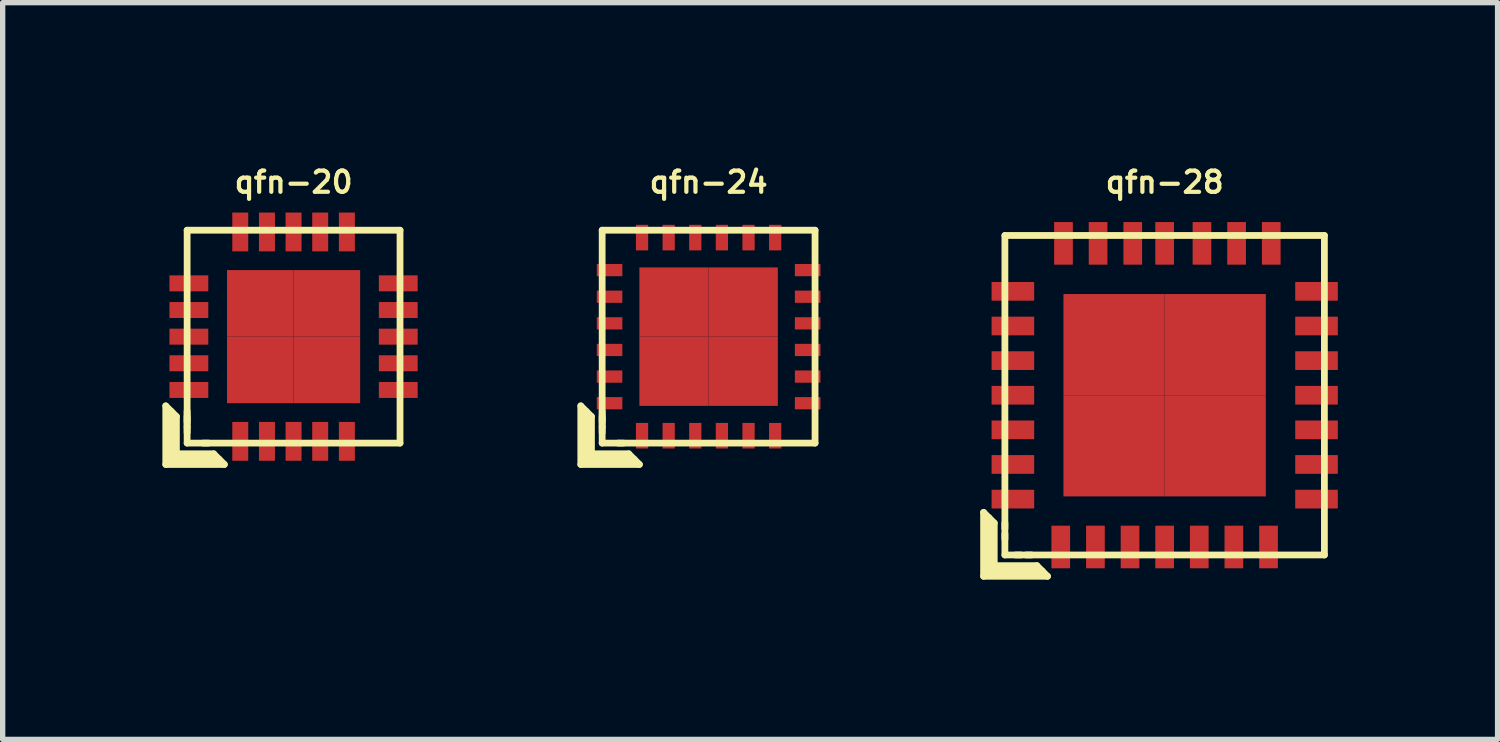
<source format=kicad_pcb>
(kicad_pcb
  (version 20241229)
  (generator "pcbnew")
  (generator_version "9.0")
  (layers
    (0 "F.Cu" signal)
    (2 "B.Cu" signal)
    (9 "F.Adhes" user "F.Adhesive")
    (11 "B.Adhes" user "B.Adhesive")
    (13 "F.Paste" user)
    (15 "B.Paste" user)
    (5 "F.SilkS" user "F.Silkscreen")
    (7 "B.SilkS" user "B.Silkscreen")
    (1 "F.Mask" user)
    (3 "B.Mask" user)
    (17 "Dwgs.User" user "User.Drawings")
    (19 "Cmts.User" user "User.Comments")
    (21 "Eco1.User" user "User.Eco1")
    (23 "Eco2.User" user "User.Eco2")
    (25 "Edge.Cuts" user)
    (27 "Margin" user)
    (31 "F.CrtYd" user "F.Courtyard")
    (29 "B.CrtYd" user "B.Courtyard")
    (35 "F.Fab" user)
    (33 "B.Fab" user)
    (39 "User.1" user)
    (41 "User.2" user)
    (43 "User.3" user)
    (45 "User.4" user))
  (footprint "qfn-28"
    (layer "F.Cu")
    (at 18.821 4.372)
    (property "Reference" "qfn-28" (at 0 -4 0) (layer "F.SilkS") (effects (font (size 0.399 0.399) (thickness 0.079))))
    (attr smd)
    (fp_line (start -3.4 2.2) (end -3.2 2.4) (stroke (width 0.127) (type solid)) (layer "F.SilkS"))
    (fp_line (start -3.4 3.4) (end -3.4 2.2) (stroke (width 0.127) (type solid)) (layer "F.SilkS"))
    (fp_line (start -3.3 2.3) (end -3.3 3.3) (stroke (width 0.127) (type solid)) (layer "F.SilkS"))
    (fp_line (start -3.3 3.3) (end -2.3 3.3) (stroke (width 0.127) (type solid)) (layer "F.SilkS"))
    (fp_line (start -3.2 2.4) (end -3.2 3.2) (stroke (width 0.127) (type solid)) (layer "F.SilkS"))
    (fp_line (start -3.2 3.2) (end -2.4 3.2) (stroke (width 0.127) (type solid)) (layer "F.SilkS"))
    (fp_line (start -3 -3) (end 3 -3) (stroke (width 0.127) (type solid)) (layer "F.SilkS"))
    (fp_line (start -3 2.4) (end -3 2.499) (stroke (width 0.127) (type solid)) (layer "F.SilkS"))
    (fp_line (start -3 2.601) (end -3 2.7) (stroke (width 0.127) (type solid)) (layer "F.SilkS"))
    (fp_line (start -3 3) (end -3 -3) (stroke (width 0.127) (type solid)) (layer "F.SilkS"))
    (fp_line (start -2.7 3) (end -2.799 3) (stroke (width 0.127) (type solid)) (layer "F.SilkS"))
    (fp_line (start -2.499 3) (end -2.601 3) (stroke (width 0.127) (type solid)) (layer "F.SilkS"))
    (fp_line (start -2.4 3.2) (end -2.2 3.4) (stroke (width 0.127) (type solid)) (layer "F.SilkS"))
    (fp_line (start -2.2 3.4) (end -3.4 3.4) (stroke (width 0.127) (type solid)) (layer "F.SilkS"))
    (fp_line (start 3 -3) (end 3 3) (stroke (width 0.127) (type solid)) (layer "F.SilkS"))
    (fp_line (start 3 3) (end -3 3) (stroke (width 0.127) (type solid)) (layer "F.SilkS"))
    (pad "1" smd rect (at -1.951 2.85) (size 0.351 0.8) (layers "F.Cu" "F.Mask" "F.Paste"))
    (pad "2" smd rect (at -1.3 2.85) (size 0.351 0.8) (layers "F.Cu" "F.Mask" "F.Paste"))
    (pad "3" smd rect (at -0.65 2.85) (size 0.351 0.8) (layers "F.Cu" "F.Mask" "F.Paste"))
    (pad "4" smd rect (at 0 2.85) (size 0.351 0.8) (layers "F.Cu" "F.Mask" "F.Paste"))
    (pad "5" smd rect (at 0.65 2.85) (size 0.351 0.8) (layers "F.Cu" "F.Mask" "F.Paste"))
    (pad "6" smd rect (at 1.3 2.85) (size 0.351 0.8) (layers "F.Cu" "F.Mask" "F.Paste"))
    (pad "7" smd rect (at 1.951 2.85) (size 0.351 0.8) (layers "F.Cu" "F.Mask" "F.Paste"))
    (pad "8" smd rect (at 2.852 1.951) (size 0.8 0.351) (layers "F.Cu" "F.Mask" "F.Paste"))
    (pad "9" smd rect (at 2.852 1.3) (size 0.8 0.351) (layers "F.Cu" "F.Mask" "F.Paste"))
    (pad "10" smd rect (at 2.852 0.65) (size 0.8 0.351) (layers "F.Cu" "F.Mask" "F.Paste"))
    (pad "11" smd rect (at 2.852 0) (size 0.8 0.351) (layers "F.Cu" "F.Mask" "F.Paste"))
    (pad "12" smd rect (at 2.852 -0.65) (size 0.8 0.351) (layers "F.Cu" "F.Mask" "F.Paste"))
    (pad "13" smd rect (at 2.852 -1.3) (size 0.8 0.351) (layers "F.Cu" "F.Mask" "F.Paste"))
    (pad "14" smd rect (at 2.852 -1.951) (size 0.8 0.351) (layers "F.Cu" "F.Mask" "F.Paste"))
    (pad "15" smd rect (at 2.002 -2.852) (size 0.351 0.8) (layers "F.Cu" "F.Mask" "F.Paste"))
    (pad "16" smd rect (at 1.351 -2.852) (size 0.351 0.8) (layers "F.Cu" "F.Mask" "F.Paste"))
    (pad "17" smd rect (at 0.701 -2.852) (size 0.351 0.8) (layers "F.Cu" "F.Mask" "F.Paste"))
    (pad "18" smd rect (at 0 -2.852) (size 0.351 0.8) (layers "F.Cu" "F.Mask" "F.Paste"))
    (pad "19" smd rect (at -0.599 -2.852) (size 0.351 0.8) (layers "F.Cu" "F.Mask" "F.Paste"))
    (pad "20" smd rect (at -1.25 -2.852) (size 0.351 0.8) (layers "F.Cu" "F.Mask" "F.Paste"))
    (pad "21" smd rect (at -1.9 -2.852) (size 0.351 0.8) (layers "F.Cu" "F.Mask" "F.Paste"))
    (pad "22" smd rect (at -2.85 -1.951) (size 0.8 0.351) (layers "F.Cu" "F.Mask" "F.Paste"))
    (pad "23" smd rect (at -2.85 -1.3) (size 0.8 0.351) (layers "F.Cu" "F.Mask" "F.Paste"))
    (pad "24" smd rect (at -2.85 -0.65) (size 0.8 0.351) (layers "F.Cu" "F.Mask" "F.Paste"))
    (pad "25" smd rect (at -2.85 0) (size 0.8 0.351) (layers "F.Cu" "F.Mask" "F.Paste"))
    (pad "26" smd rect (at -2.85 0.65) (size 0.8 0.351) (layers "F.Cu" "F.Mask" "F.Paste"))
    (pad "27" smd rect (at -2.85 1.3) (size 0.8 0.351) (layers "F.Cu" "F.Mask" "F.Paste"))
    (pad "28" smd rect (at -2.85 1.951) (size 0.8 0.351) (layers "F.Cu" "F.Mask" "F.Paste"))
    (pad "29" smd rect (at -0.95 -0.95) (size 1.9 1.9) (layers "F.Cu" "F.Mask" "F.Paste"))
    (pad "29" smd rect (at -0.95 0.95) (size 1.9 1.9) (layers "F.Cu" "F.Mask" "F.Paste"))
    (pad "29" smd rect (at 0.95 -0.95) (size 1.9 1.9) (layers "F.Cu" "F.Mask" "F.Paste"))
    (pad "29" smd rect (at 0.95 0.95) (size 1.9 1.9) (layers "F.Cu" "F.Mask" "F.Paste")))
  (footprint "qfn-20"
    (layer "F.Cu")
    (at 2.463 3.272)
    (property "Reference" "qfn-20" (at 0 -2.901 0) (layer "F.SilkS") (effects (font (size 0.399 0.399) (thickness 0.079))))
    (attr smd)
    (fp_line (start -2.4 1.3) (end -2.2 1.5) (stroke (width 0.127) (type solid)) (layer "F.SilkS"))
    (fp_line (start -2.4 2.4) (end -2.4 1.3) (stroke (width 0.127) (type solid)) (layer "F.SilkS"))
    (fp_line (start -2.3 1.4) (end -2.3 2.3) (stroke (width 0.127) (type solid)) (layer "F.SilkS"))
    (fp_line (start -2.3 2.3) (end -1.4 2.3) (stroke (width 0.127) (type solid)) (layer "F.SilkS"))
    (fp_line (start -2.2 1.5) (end -2.2 2.2) (stroke (width 0.127) (type solid)) (layer "F.SilkS"))
    (fp_line (start -2.2 2.2) (end -1.5 2.2) (stroke (width 0.127) (type solid)) (layer "F.SilkS"))
    (fp_line (start -1.999 -1.999) (end 1.999 -1.999) (stroke (width 0.127) (type solid)) (layer "F.SilkS"))
    (fp_line (start -1.999 1.4) (end -1.999 1.6) (stroke (width 0.127) (type solid)) (layer "F.SilkS"))
    (fp_line (start -1.999 1.501) (end -1.999 1.699) (stroke (width 0.127) (type solid)) (layer "F.SilkS"))
    (fp_line (start -1.999 1.699) (end -1.999 1.801) (stroke (width 0.127) (type solid)) (layer "F.SilkS"))
    (fp_line (start -1.999 1.999) (end -1.999 -1.999) (stroke (width 0.127) (type solid)) (layer "F.SilkS"))
    (fp_line (start -1.6 1.999) (end -1.699 1.999) (stroke (width 0.127) (type solid)) (layer "F.SilkS"))
    (fp_line (start -1.5 2.2) (end -1.3 2.4) (stroke (width 0.127) (type solid)) (layer "F.SilkS"))
    (fp_line (start -1.3 2.4) (end -2.4 2.4) (stroke (width 0.127) (type solid)) (layer "F.SilkS"))
    (fp_line (start 1.999 -1.999) (end 1.999 1.999) (stroke (width 0.127) (type solid)) (layer "F.SilkS"))
    (fp_line (start 1.999 1.999) (end -1.999 1.999) (stroke (width 0.127) (type solid)) (layer "F.SilkS"))
    (pad "1" smd rect (at -1.001 1.966) (size 0.3 0.729) (layers "F.Cu" "F.Mask" "F.Paste"))
    (pad "2" smd rect (at -0.5 1.966) (size 0.3 0.729) (layers "F.Cu" "F.Mask" "F.Paste"))
    (pad "3" smd rect (at 0 1.966) (size 0.3 0.729) (layers "F.Cu" "F.Mask" "F.Paste"))
    (pad "4" smd rect (at 0.5 1.966) (size 0.3 0.729) (layers "F.Cu" "F.Mask" "F.Paste"))
    (pad "5" smd rect (at 1.001 1.966) (size 0.3 0.729) (layers "F.Cu" "F.Mask" "F.Paste"))
    (pad "6" smd rect (at 1.966 1.001) (size 0.729 0.3) (layers "F.Cu" "F.Mask" "F.Paste"))
    (pad "7" smd rect (at 1.966 0.5) (size 0.729 0.3) (layers "F.Cu" "F.Mask" "F.Paste"))
    (pad "8" smd rect (at 1.966 0) (size 0.729 0.3) (layers "F.Cu" "F.Mask" "F.Paste"))
    (pad "9" smd rect (at 1.966 -0.5) (size 0.729 0.3) (layers "F.Cu" "F.Mask" "F.Paste"))
    (pad "10" smd rect (at 1.966 -1.001) (size 0.729 0.3) (layers "F.Cu" "F.Mask" "F.Paste"))
    (pad "11" smd rect (at 1.001 -1.966) (size 0.3 0.729) (layers "F.Cu" "F.Mask" "F.Paste"))
    (pad "12" smd rect (at 0.5 -1.966) (size 0.3 0.729) (layers "F.Cu" "F.Mask" "F.Paste"))
    (pad "13" smd rect (at 0 -1.966) (size 0.3 0.729) (layers "F.Cu" "F.Mask" "F.Paste"))
    (pad "14" smd rect (at -0.5 -1.966) (size 0.3 0.729) (layers "F.Cu" "F.Mask" "F.Paste"))
    (pad "15" smd rect (at -1.001 -1.966) (size 0.3 0.729) (layers "F.Cu" "F.Mask" "F.Paste"))
    (pad "16" smd rect (at -1.966 -1.001) (size 0.729 0.3) (layers "F.Cu" "F.Mask" "F.Paste"))
    (pad "17" smd rect (at -1.966 -0.5) (size 0.729 0.3) (layers "F.Cu" "F.Mask" "F.Paste"))
    (pad "18" smd rect (at -1.966 0) (size 0.729 0.3) (layers "F.Cu" "F.Mask" "F.Paste"))
    (pad "19" smd rect (at -1.966 0.5) (size 0.729 0.3) (layers "F.Cu" "F.Mask" "F.Paste"))
    (pad "20" smd rect (at -1.966 1.001) (size 0.729 0.3) (layers "F.Cu" "F.Mask" "F.Paste"))
    (pad "21" smd rect (at -0.625 -0.625) (size 1.25 1.25) (layers "F.Cu" "F.Mask" "F.Paste"))
    (pad "21" smd rect (at -0.625 0.625) (size 1.25 1.25) (layers "F.Cu" "F.Mask" "F.Paste"))
    (pad "21" smd rect (at 0.625 -0.625) (size 1.25 1.25) (layers "F.Cu" "F.Mask" "F.Paste"))
    (pad "21" smd rect (at 0.625 0.625) (size 1.25 1.25) (layers "F.Cu" "F.Mask" "F.Paste")))
  (footprint "qfn-24"
    (layer "F.Cu")
    (at 10.257 3.272)
    (property "Reference" "qfn-24" (at 0 -2.901 0) (layer "F.SilkS") (effects (font (size 0.399 0.399) (thickness 0.079))))
    (attr smd)
    (fp_line (start -2.4 1.3) (end -2.2 1.5) (stroke (width 0.127) (type solid)) (layer "F.SilkS"))
    (fp_line (start -2.4 2.4) (end -2.4 1.3) (stroke (width 0.127) (type solid)) (layer "F.SilkS"))
    (fp_line (start -2.3 1.4) (end -2.3 2.3) (stroke (width 0.127) (type solid)) (layer "F.SilkS"))
    (fp_line (start -2.3 2.3) (end -1.4 2.3) (stroke (width 0.127) (type solid)) (layer "F.SilkS"))
    (fp_line (start -2.2 1.5) (end -2.2 2.2) (stroke (width 0.127) (type solid)) (layer "F.SilkS"))
    (fp_line (start -2.2 2.2) (end -1.5 2.2) (stroke (width 0.127) (type solid)) (layer "F.SilkS"))
    (fp_line (start -1.999 -1.999) (end 1.999 -1.999) (stroke (width 0.127) (type solid)) (layer "F.SilkS"))
    (fp_line (start -1.999 1.4) (end -1.999 1.6) (stroke (width 0.127) (type solid)) (layer "F.SilkS"))
    (fp_line (start -1.999 1.501) (end -1.999 1.699) (stroke (width 0.127) (type solid)) (layer "F.SilkS"))
    (fp_line (start -1.999 1.699) (end -1.999 1.801) (stroke (width 0.127) (type solid)) (layer "F.SilkS"))
    (fp_line (start -1.999 1.999) (end -1.999 -1.999) (stroke (width 0.127) (type solid)) (layer "F.SilkS"))
    (fp_line (start -1.6 1.999) (end -1.699 1.999) (stroke (width 0.127) (type solid)) (layer "F.SilkS"))
    (fp_line (start -1.5 2.2) (end -1.3 2.4) (stroke (width 0.127) (type solid)) (layer "F.SilkS"))
    (fp_line (start -1.3 2.4) (end -2.4 2.4) (stroke (width 0.127) (type solid)) (layer "F.SilkS"))
    (fp_line (start 1.999 -1.999) (end 1.999 1.999) (stroke (width 0.127) (type solid)) (layer "F.SilkS"))
    (fp_line (start 1.999 1.999) (end -1.999 1.999) (stroke (width 0.127) (type solid)) (layer "F.SilkS"))
    (pad "1" smd rect (at -1.25 1.86) (size 0.23 0.48) (layers "F.Cu" "F.Mask" "F.Paste"))
    (pad "2" smd rect (at -0.75 1.86) (size 0.23 0.48) (layers "F.Cu" "F.Mask" "F.Paste"))
    (pad "3" smd rect (at -0.25 1.86) (size 0.23 0.48) (layers "F.Cu" "F.Mask" "F.Paste"))
    (pad "4" smd rect (at 0.25 1.86) (size 0.23 0.48) (layers "F.Cu" "F.Mask" "F.Paste"))
    (pad "5" smd rect (at 0.75 1.86) (size 0.23 0.48) (layers "F.Cu" "F.Mask" "F.Paste"))
    (pad "6" smd rect (at 1.25 1.86) (size 0.23 0.48) (layers "F.Cu" "F.Mask" "F.Paste"))
    (pad "7" smd rect (at 1.86 1.25) (size 0.48 0.23) (layers "F.Cu" "F.Mask" "F.Paste"))
    (pad "8" smd rect (at 1.86 0.75) (size 0.48 0.23) (layers "F.Cu" "F.Mask" "F.Paste"))
    (pad "9" smd rect (at 1.86 0.25) (size 0.48 0.23) (layers "F.Cu" "F.Mask" "F.Paste"))
    (pad "10" smd rect (at 1.86 -0.25) (size 0.48 0.23) (layers "F.Cu" "F.Mask" "F.Paste"))
    (pad "11" smd rect (at 1.86 -0.75) (size 0.48 0.23) (layers "F.Cu" "F.Mask" "F.Paste"))
    (pad "12" smd rect (at 1.86 -1.25) (size 0.48 0.23) (layers "F.Cu" "F.Mask" "F.Paste"))
    (pad "13" smd rect (at 1.25 -1.86) (size 0.23 0.48) (layers "F.Cu" "F.Mask" "F.Paste"))
    (pad "14" smd rect (at 0.75 -1.86) (size 0.23 0.48) (layers "F.Cu" "F.Mask" "F.Paste"))
    (pad "15" smd rect (at 0.25 -1.86) (size 0.23 0.48) (layers "F.Cu" "F.Mask" "F.Paste"))
    (pad "16" smd rect (at -0.25 -1.86) (size 0.23 0.48) (layers "F.Cu" "F.Mask" "F.Paste"))
    (pad "17" smd rect (at -0.75 -1.86) (size 0.23 0.48) (layers "F.Cu" "F.Mask" "F.Paste"))
    (pad "18" smd rect (at -1.25 -1.86) (size 0.23 0.48) (layers "F.Cu" "F.Mask" "F.Paste"))
    (pad "19" smd rect (at -1.86 -1.25) (size 0.48 0.23) (layers "F.Cu" "F.Mask" "F.Paste"))
    (pad "20" smd rect (at -1.86 -0.75) (size 0.48 0.23) (layers "F.Cu" "F.Mask" "F.Paste"))
    (pad "21" smd rect (at -1.86 -0.25) (size 0.48 0.23) (layers "F.Cu" "F.Mask" "F.Paste"))
    (pad "22" smd rect (at -1.86 0.25) (size 0.48 0.23) (layers "F.Cu" "F.Mask" "F.Paste"))
    (pad "23" smd rect (at -1.86 0.75) (size 0.48 0.23) (layers "F.Cu" "F.Mask" "F.Paste"))
    (pad "24" smd rect (at -1.86 1.25) (size 0.48 0.23) (layers "F.Cu" "F.Mask" "F.Paste"))
    (pad "25" smd rect (at -0.65 -0.65) (size 1.3 1.3) (layers "F.Cu" "F.Mask" "F.Paste"))
    (pad "25" smd rect (at -0.65 0.65) (size 1.3 1.3) (layers "F.Cu" "F.Mask" "F.Paste"))
    (pad "25" smd rect (at 0.65 -0.65) (size 1.3 1.3) (layers "F.Cu" "F.Mask" "F.Paste"))
    (pad "25" smd rect (at 0.65 0.65) (size 1.3 1.3) (layers "F.Cu" "F.Mask" "F.Paste")))
  (gr_rect
    (start -3 -3)
    (end 25.073 10.835)
    (stroke (width 0.1) (type default))
    (fill no)
    (layer "Edge.Cuts")))
</source>
